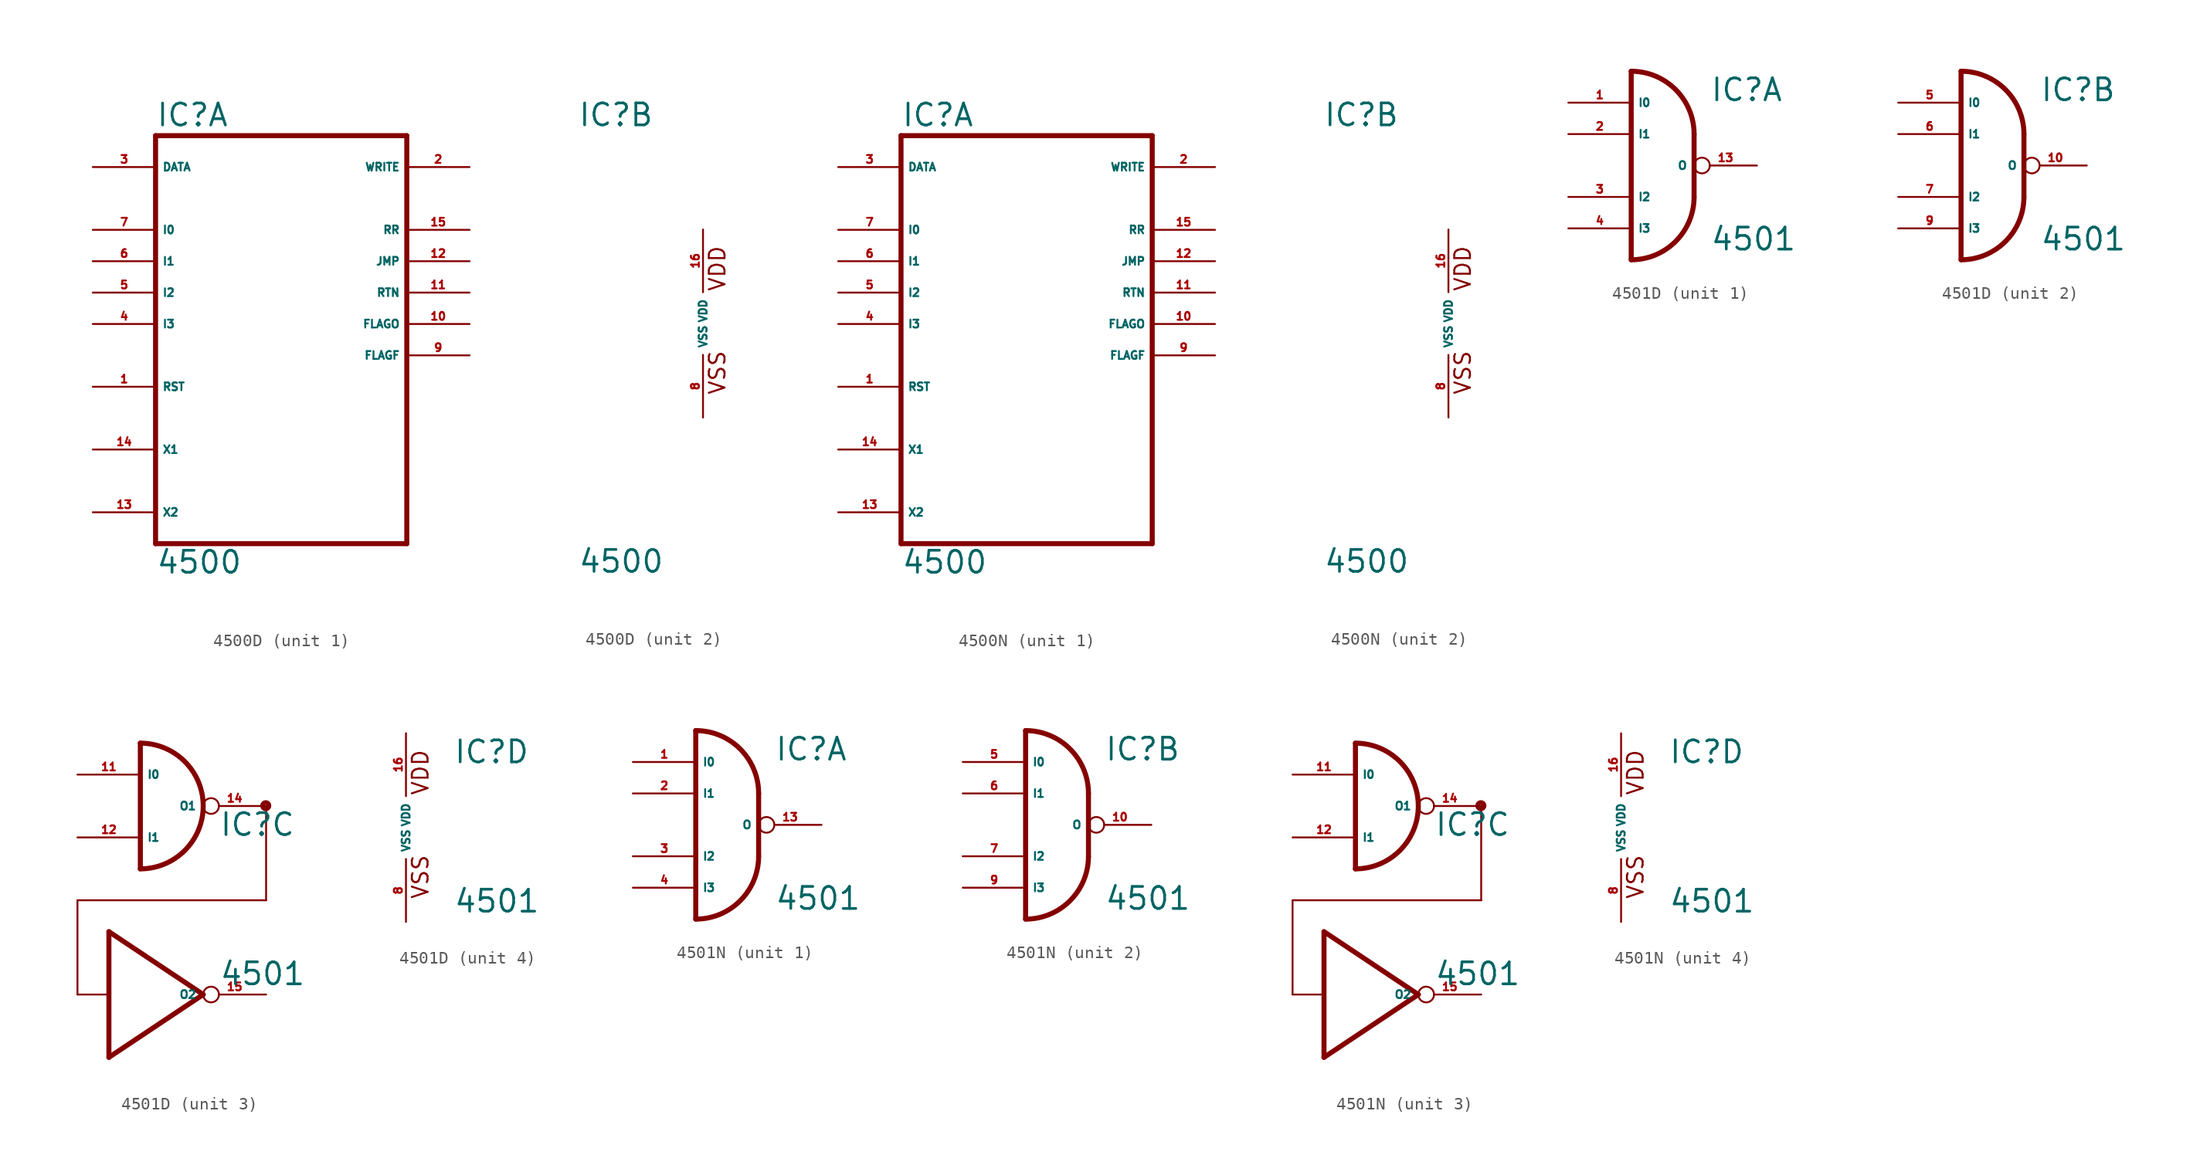
<source format=kicad_sym>
(kicad_symbol_lib
  (version 20220914)
  (generator Eagle2Kicad)
  (symbol "4500D"
    (property "Reference" "IC"
      (at -10.16 15.875 0)
      (effects (font (size 1.778 1.778) (thickness 0.22)) (justify left bottom)))
    (property "Value" "4500"
      (at -10.16 -20.32 0)
      (effects (font (size 1.778 1.778) (thickness 0.22)) (justify left bottom)))
    (symbol "4500D_1_0"
      (polyline (pts (xy -10.16 -17.78) (xy 10.16 -17.78)) (stroke (width 0.406) (type default)) (fill (type none)))
      (polyline (pts (xy 10.16 -17.78) (xy 10.16 15.24)) (stroke (width 0.406) (type default)) (fill (type none)))
      (polyline (pts (xy 10.16 15.24) (xy -10.16 15.24)) (stroke (width 0.406) (type default)) (fill (type none)))
      (polyline (pts (xy -10.16 15.24) (xy -10.16 -17.78)) (stroke (width 0.406) (type default)) (fill (type none)))
      (pin output line (at -15.24 -10.16 0) (length 5.08) (name "X1" (effects (font (size 0.635 0.635) (thickness 0.08)) (justify left bottom))) (number "14" (effects (font (size 0.635 0.635) (thickness 0.08)) (justify left bottom))))
      (pin bidirectional line (at -15.24 12.7 0) (length 5.08) (name "DATA" (effects (font (size 0.635 0.635) (thickness 0.08)) (justify left bottom))) (number "3" (effects (font (size 0.635 0.635) (thickness 0.08)) (justify left bottom))))
      (pin output line (at 15.24 12.7 180) (length 5.08) (name "WRITE" (effects (font (size 0.635 0.635) (thickness 0.08)) (justify left bottom))) (number "2" (effects (font (size 0.635 0.635) (thickness 0.08)) (justify left bottom))))
      (pin input line (at -15.24 -15.24 0) (length 5.08) (name "X2" (effects (font (size 0.635 0.635) (thickness 0.08)) (justify left bottom))) (number "13" (effects (font (size 0.635 0.635) (thickness 0.08)) (justify left bottom))))
      (pin input line (at -15.24 -5.08 0) (length 5.08) (name "RST" (effects (font (size 0.635 0.635) (thickness 0.08)) (justify left bottom))) (number "1" (effects (font (size 0.635 0.635) (thickness 0.08)) (justify left bottom))))
      (pin input line (at -15.24 7.62 0) (length 5.08) (name "I0" (effects (font (size 0.635 0.635) (thickness 0.08)) (justify left bottom))) (number "7" (effects (font (size 0.635 0.635) (thickness 0.08)) (justify left bottom))))
      (pin output line (at 15.24 7.62 180) (length 5.08) (name "RR" (effects (font (size 0.635 0.635) (thickness 0.08)) (justify left bottom))) (number "15" (effects (font (size 0.635 0.635) (thickness 0.08)) (justify left bottom))))
      (pin input line (at -15.24 5.08 0) (length 5.08) (name "I1" (effects (font (size 0.635 0.635) (thickness 0.08)) (justify left bottom))) (number "6" (effects (font (size 0.635 0.635) (thickness 0.08)) (justify left bottom))))
      (pin input line (at -15.24 2.54 0) (length 5.08) (name "I2" (effects (font (size 0.635 0.635) (thickness 0.08)) (justify left bottom))) (number "5" (effects (font (size 0.635 0.635) (thickness 0.08)) (justify left bottom))))
      (pin input line (at -15.24 0 0) (length 5.08) (name "I3" (effects (font (size 0.635 0.635) (thickness 0.08)) (justify left bottom))) (number "4" (effects (font (size 0.635 0.635) (thickness 0.08)) (justify left bottom))))
      (pin output line (at 15.24 5.08 180) (length 5.08) (name "JMP" (effects (font (size 0.635 0.635) (thickness 0.08)) (justify left bottom))) (number "12" (effects (font (size 0.635 0.635) (thickness 0.08)) (justify left bottom))))
      (pin output line (at 15.24 2.54 180) (length 5.08) (name "RTN" (effects (font (size 0.635 0.635) (thickness 0.08)) (justify left bottom))) (number "11" (effects (font (size 0.635 0.635) (thickness 0.08)) (justify left bottom))))
      (pin output line (at 15.24 0 180) (length 5.08) (name "FLAGO" (effects (font (size 0.635 0.635) (thickness 0.08)) (justify left bottom))) (number "10" (effects (font (size 0.635 0.635) (thickness 0.08)) (justify left bottom))))
      (pin output line (at 15.24 -2.54 180) (length 5.08) (name "FLAGF" (effects (font (size 0.635 0.635) (thickness 0.08)) (justify left bottom))) (number "9" (effects (font (size 0.635 0.635) (thickness 0.08)) (justify left bottom)))))
    (symbol "4500D_2_0"
      (text "VDD" (at 1.905 2.54 900) (effects (font (size 1.27 1.27) (thickness 0.16)) (justify left bottom)))
      (text "VSS" (at 1.905 -5.842 900) (effects (font (size 1.27 1.27) (thickness 0.16)) (justify left bottom)))
      (pin unspecified line (at 0 -7.62 90) (length 5.08) (name "VSS" (effects (font (size 0.635 0.635) (thickness 0.08)) (justify left bottom))) (number "8" (effects (font (size 0.635 0.635) (thickness 0.08)) (justify left bottom))))
      (pin unspecified line (at 0 7.62 270) (length 5.08) (name "VDD" (effects (font (size 0.635 0.635) (thickness 0.08)) (justify left bottom))) (number "16" (effects (font (size 0.635 0.635) (thickness 0.08)) (justify left bottom))))))
  (symbol "4500N"
    (property "Reference" "IC"
      (at -10.16 15.875 0)
      (effects (font (size 1.778 1.778) (thickness 0.22)) (justify left bottom)))
    (property "Value" "4500"
      (at -10.16 -20.32 0)
      (effects (font (size 1.778 1.778) (thickness 0.22)) (justify left bottom)))
    (symbol "4500N_1_0"
      (polyline (pts (xy -10.16 -17.78) (xy 10.16 -17.78)) (stroke (width 0.406) (type default)) (fill (type none)))
      (polyline (pts (xy 10.16 -17.78) (xy 10.16 15.24)) (stroke (width 0.406) (type default)) (fill (type none)))
      (polyline (pts (xy 10.16 15.24) (xy -10.16 15.24)) (stroke (width 0.406) (type default)) (fill (type none)))
      (polyline (pts (xy -10.16 15.24) (xy -10.16 -17.78)) (stroke (width 0.406) (type default)) (fill (type none)))
      (pin output line (at -15.24 -10.16 0) (length 5.08) (name "X1" (effects (font (size 0.635 0.635) (thickness 0.08)) (justify left bottom))) (number "14" (effects (font (size 0.635 0.635) (thickness 0.08)) (justify left bottom))))
      (pin bidirectional line (at -15.24 12.7 0) (length 5.08) (name "DATA" (effects (font (size 0.635 0.635) (thickness 0.08)) (justify left bottom))) (number "3" (effects (font (size 0.635 0.635) (thickness 0.08)) (justify left bottom))))
      (pin output line (at 15.24 12.7 180) (length 5.08) (name "WRITE" (effects (font (size 0.635 0.635) (thickness 0.08)) (justify left bottom))) (number "2" (effects (font (size 0.635 0.635) (thickness 0.08)) (justify left bottom))))
      (pin input line (at -15.24 -15.24 0) (length 5.08) (name "X2" (effects (font (size 0.635 0.635) (thickness 0.08)) (justify left bottom))) (number "13" (effects (font (size 0.635 0.635) (thickness 0.08)) (justify left bottom))))
      (pin input line (at -15.24 -5.08 0) (length 5.08) (name "RST" (effects (font (size 0.635 0.635) (thickness 0.08)) (justify left bottom))) (number "1" (effects (font (size 0.635 0.635) (thickness 0.08)) (justify left bottom))))
      (pin input line (at -15.24 7.62 0) (length 5.08) (name "I0" (effects (font (size 0.635 0.635) (thickness 0.08)) (justify left bottom))) (number "7" (effects (font (size 0.635 0.635) (thickness 0.08)) (justify left bottom))))
      (pin output line (at 15.24 7.62 180) (length 5.08) (name "RR" (effects (font (size 0.635 0.635) (thickness 0.08)) (justify left bottom))) (number "15" (effects (font (size 0.635 0.635) (thickness 0.08)) (justify left bottom))))
      (pin input line (at -15.24 5.08 0) (length 5.08) (name "I1" (effects (font (size 0.635 0.635) (thickness 0.08)) (justify left bottom))) (number "6" (effects (font (size 0.635 0.635) (thickness 0.08)) (justify left bottom))))
      (pin input line (at -15.24 2.54 0) (length 5.08) (name "I2" (effects (font (size 0.635 0.635) (thickness 0.08)) (justify left bottom))) (number "5" (effects (font (size 0.635 0.635) (thickness 0.08)) (justify left bottom))))
      (pin input line (at -15.24 0 0) (length 5.08) (name "I3" (effects (font (size 0.635 0.635) (thickness 0.08)) (justify left bottom))) (number "4" (effects (font (size 0.635 0.635) (thickness 0.08)) (justify left bottom))))
      (pin output line (at 15.24 5.08 180) (length 5.08) (name "JMP" (effects (font (size 0.635 0.635) (thickness 0.08)) (justify left bottom))) (number "12" (effects (font (size 0.635 0.635) (thickness 0.08)) (justify left bottom))))
      (pin output line (at 15.24 2.54 180) (length 5.08) (name "RTN" (effects (font (size 0.635 0.635) (thickness 0.08)) (justify left bottom))) (number "11" (effects (font (size 0.635 0.635) (thickness 0.08)) (justify left bottom))))
      (pin output line (at 15.24 0 180) (length 5.08) (name "FLAGO" (effects (font (size 0.635 0.635) (thickness 0.08)) (justify left bottom))) (number "10" (effects (font (size 0.635 0.635) (thickness 0.08)) (justify left bottom))))
      (pin output line (at 15.24 -2.54 180) (length 5.08) (name "FLAGF" (effects (font (size 0.635 0.635) (thickness 0.08)) (justify left bottom))) (number "9" (effects (font (size 0.635 0.635) (thickness 0.08)) (justify left bottom)))))
    (symbol "4500N_2_0"
      (text "VDD" (at 1.905 2.54 900) (effects (font (size 1.27 1.27) (thickness 0.16)) (justify left bottom)))
      (text "VSS" (at 1.905 -5.842 900) (effects (font (size 1.27 1.27) (thickness 0.16)) (justify left bottom)))
      (pin unspecified line (at 0 -7.62 90) (length 5.08) (name "VSS" (effects (font (size 0.635 0.635) (thickness 0.08)) (justify left bottom))) (number "8" (effects (font (size 0.635 0.635) (thickness 0.08)) (justify left bottom))))
      (pin unspecified line (at 0 7.62 270) (length 5.08) (name "VDD" (effects (font (size 0.635 0.635) (thickness 0.08)) (justify left bottom))) (number "16" (effects (font (size 0.635 0.635) (thickness 0.08)) (justify left bottom))))))
  (symbol "4501D"
    (property "Reference" "IC"
      (at 3.81 5.08 0)
      (effects (font (size 1.778 1.778) (thickness 0.22)) (justify left bottom)))
    (property "Value" "4501"
      (at 3.81 -6.985 0)
      (effects (font (size 1.778 1.778) (thickness 0.22)) (justify left bottom)))
    (symbol "4501D_1_0"
      (arc (start 2.54 2.54) (mid 1.052 6.132) (end -2.54 7.62) (stroke (width 0.4064) (type default)) (fill (type none)))
      (arc (start -2.54 -7.62) (mid 1.052 -6.132) (end 2.54 -2.54) (stroke (width 0.4064) (type default)) (fill (type none)))
      (polyline (pts (xy 2.54 2.54) (xy 2.54 -2.54)) (stroke (width 0.406) (type default)) (fill (type none)))
      (polyline (pts (xy -2.54 7.62) (xy -2.54 -7.62)) (stroke (width 0.406) (type default)) (fill (type none)))
      (pin output inverted (at 7.62 0 180) (length 5.08) (name "O" (effects (font (size 0.635 0.635) (thickness 0.08)) (justify left bottom))) (number "13" (effects (font (size 0.635 0.635) (thickness 0.08)) (justify left bottom))))
      (pin input line (at -7.62 5.08 0) (length 5.08) (name "I0" (effects (font (size 0.635 0.635) (thickness 0.08)) (justify left bottom))) (number "1" (effects (font (size 0.635 0.635) (thickness 0.08)) (justify left bottom))))
      (pin input line (at -7.62 2.54 0) (length 5.08) (name "I1" (effects (font (size 0.635 0.635) (thickness 0.08)) (justify left bottom))) (number "2" (effects (font (size 0.635 0.635) (thickness 0.08)) (justify left bottom))))
      (pin input line (at -7.62 -2.54 0) (length 5.08) (name "I2" (effects (font (size 0.635 0.635) (thickness 0.08)) (justify left bottom))) (number "3" (effects (font (size 0.635 0.635) (thickness 0.08)) (justify left bottom))))
      (pin input line (at -7.62 -5.08 0) (length 5.08) (name "I3" (effects (font (size 0.635 0.635) (thickness 0.08)) (justify left bottom))) (number "4" (effects (font (size 0.635 0.635) (thickness 0.08)) (justify left bottom)))))
    (symbol "4501D_2_0"
      (arc (start 2.54 2.54) (mid 1.052 6.132) (end -2.54 7.62) (stroke (width 0.4064) (type default)) (fill (type none)))
      (arc (start -2.54 -7.62) (mid 1.052 -6.132) (end 2.54 -2.54) (stroke (width 0.4064) (type default)) (fill (type none)))
      (polyline (pts (xy 2.54 2.54) (xy 2.54 -2.54)) (stroke (width 0.406) (type default)) (fill (type none)))
      (polyline (pts (xy -2.54 7.62) (xy -2.54 -7.62)) (stroke (width 0.406) (type default)) (fill (type none)))
      (pin output inverted (at 7.62 0 180) (length 5.08) (name "O" (effects (font (size 0.635 0.635) (thickness 0.08)) (justify left bottom))) (number "10" (effects (font (size 0.635 0.635) (thickness 0.08)) (justify left bottom))))
      (pin input line (at -7.62 5.08 0) (length 5.08) (name "I0" (effects (font (size 0.635 0.635) (thickness 0.08)) (justify left bottom))) (number "5" (effects (font (size 0.635 0.635) (thickness 0.08)) (justify left bottom))))
      (pin input line (at -7.62 2.54 0) (length 5.08) (name "I1" (effects (font (size 0.635 0.635) (thickness 0.08)) (justify left bottom))) (number "6" (effects (font (size 0.635 0.635) (thickness 0.08)) (justify left bottom))))
      (pin input line (at -7.62 -2.54 0) (length 5.08) (name "I2" (effects (font (size 0.635 0.635) (thickness 0.08)) (justify left bottom))) (number "7" (effects (font (size 0.635 0.635) (thickness 0.08)) (justify left bottom))))
      (pin input line (at -7.62 -5.08 0) (length 5.08) (name "I3" (effects (font (size 0.635 0.635) (thickness 0.08)) (justify left bottom))) (number "9" (effects (font (size 0.635 0.635) (thickness 0.08)) (justify left bottom)))))
    (symbol "4501D_3_0"
      (polyline (pts (xy 2.54 -7.62) (xy -5.08 -2.54)) (stroke (width 0.406) (type default)) (fill (type none)))
      (polyline (pts (xy -5.08 -12.7) (xy 2.54 -7.62)) (stroke (width 0.406) (type default)) (fill (type none)))
      (polyline (pts (xy 7.62 7.62) (xy 7.62 0)) (stroke (width 0.152) (type default)) (fill (type none)))
      (polyline (pts (xy 7.62 0) (xy -7.62 0)) (stroke (width 0.152) (type default)) (fill (type none)))
      (polyline (pts (xy -7.62 0) (xy -7.62 -7.62)) (stroke (width 0.152) (type default)) (fill (type none)))
      (polyline (pts (xy -7.62 -7.62) (xy -5.08 -7.62)) (stroke (width 0.152) (type default)) (fill (type none)))
      (polyline (pts (xy -5.08 -2.54) (xy -5.08 -12.7)) (stroke (width 0.406) (type default)) (fill (type none)))
      (arc (start -2.54 2.54) (mid 2.540 7.620) (end -2.54 12.7) (stroke (width 0.4064) (type default)) (fill (type none)))
      (polyline (pts (xy -2.54 12.7) (xy -2.54 2.54)) (stroke (width 0.406) (type default)) (fill (type none)))
      (circle (center 7.595 7.645) (radius 0.254) (stroke (width 0.381) (type default)) (fill (type none)))
      (pin output inverted (at 7.62 7.62 180) (length 5.08) (name "O1" (effects (font (size 0.635 0.635) (thickness 0.08)) (justify left bottom))) (number "14" (effects (font (size 0.635 0.635) (thickness 0.08)) (justify left bottom))))
      (pin input line (at -7.62 10.16 0) (length 5.08) (name "I0" (effects (font (size 0.635 0.635) (thickness 0.08)) (justify left bottom))) (number "11" (effects (font (size 0.635 0.635) (thickness 0.08)) (justify left bottom))))
      (pin input line (at -7.62 5.08 0) (length 5.08) (name "I1" (effects (font (size 0.635 0.635) (thickness 0.08)) (justify left bottom))) (number "12" (effects (font (size 0.635 0.635) (thickness 0.08)) (justify left bottom))))
      (pin output inverted (at 7.62 -7.62 180) (length 5.08) (name "O2" (effects (font (size 0.635 0.635) (thickness 0.08)) (justify left bottom))) (number "15" (effects (font (size 0.635 0.635) (thickness 0.08)) (justify left bottom)))))
    (symbol "4501D_4_0"
      (text "VDD" (at 1.905 2.54 900) (effects (font (size 1.27 1.27) (thickness 0.16)) (justify left bottom)))
      (text "VSS" (at 1.905 -5.842 900) (effects (font (size 1.27 1.27) (thickness 0.16)) (justify left bottom)))
      (pin unspecified line (at 0 -7.62 90) (length 5.08) (name "VSS" (effects (font (size 0.635 0.635) (thickness 0.08)) (justify left bottom))) (number "8" (effects (font (size 0.635 0.635) (thickness 0.08)) (justify left bottom))))
      (pin unspecified line (at 0 7.62 270) (length 5.08) (name "VDD" (effects (font (size 0.635 0.635) (thickness 0.08)) (justify left bottom))) (number "16" (effects (font (size 0.635 0.635) (thickness 0.08)) (justify left bottom))))))
  (symbol "4501N"
    (property "Reference" "IC"
      (at 3.81 5.08 0)
      (effects (font (size 1.778 1.778) (thickness 0.22)) (justify left bottom)))
    (property "Value" "4501"
      (at 3.81 -6.985 0)
      (effects (font (size 1.778 1.778) (thickness 0.22)) (justify left bottom)))
    (symbol "4501N_1_0"
      (arc (start 2.54 2.54) (mid 1.052 6.132) (end -2.54 7.62) (stroke (width 0.4064) (type default)) (fill (type none)))
      (arc (start -2.54 -7.62) (mid 1.052 -6.132) (end 2.54 -2.54) (stroke (width 0.4064) (type default)) (fill (type none)))
      (polyline (pts (xy 2.54 2.54) (xy 2.54 -2.54)) (stroke (width 0.406) (type default)) (fill (type none)))
      (polyline (pts (xy -2.54 7.62) (xy -2.54 -7.62)) (stroke (width 0.406) (type default)) (fill (type none)))
      (pin output inverted (at 7.62 0 180) (length 5.08) (name "O" (effects (font (size 0.635 0.635) (thickness 0.08)) (justify left bottom))) (number "13" (effects (font (size 0.635 0.635) (thickness 0.08)) (justify left bottom))))
      (pin input line (at -7.62 5.08 0) (length 5.08) (name "I0" (effects (font (size 0.635 0.635) (thickness 0.08)) (justify left bottom))) (number "1" (effects (font (size 0.635 0.635) (thickness 0.08)) (justify left bottom))))
      (pin input line (at -7.62 2.54 0) (length 5.08) (name "I1" (effects (font (size 0.635 0.635) (thickness 0.08)) (justify left bottom))) (number "2" (effects (font (size 0.635 0.635) (thickness 0.08)) (justify left bottom))))
      (pin input line (at -7.62 -2.54 0) (length 5.08) (name "I2" (effects (font (size 0.635 0.635) (thickness 0.08)) (justify left bottom))) (number "3" (effects (font (size 0.635 0.635) (thickness 0.08)) (justify left bottom))))
      (pin input line (at -7.62 -5.08 0) (length 5.08) (name "I3" (effects (font (size 0.635 0.635) (thickness 0.08)) (justify left bottom))) (number "4" (effects (font (size 0.635 0.635) (thickness 0.08)) (justify left bottom)))))
    (symbol "4501N_2_0"
      (arc (start 2.54 2.54) (mid 1.052 6.132) (end -2.54 7.62) (stroke (width 0.4064) (type default)) (fill (type none)))
      (arc (start -2.54 -7.62) (mid 1.052 -6.132) (end 2.54 -2.54) (stroke (width 0.4064) (type default)) (fill (type none)))
      (polyline (pts (xy 2.54 2.54) (xy 2.54 -2.54)) (stroke (width 0.406) (type default)) (fill (type none)))
      (polyline (pts (xy -2.54 7.62) (xy -2.54 -7.62)) (stroke (width 0.406) (type default)) (fill (type none)))
      (pin output inverted (at 7.62 0 180) (length 5.08) (name "O" (effects (font (size 0.635 0.635) (thickness 0.08)) (justify left bottom))) (number "10" (effects (font (size 0.635 0.635) (thickness 0.08)) (justify left bottom))))
      (pin input line (at -7.62 5.08 0) (length 5.08) (name "I0" (effects (font (size 0.635 0.635) (thickness 0.08)) (justify left bottom))) (number "5" (effects (font (size 0.635 0.635) (thickness 0.08)) (justify left bottom))))
      (pin input line (at -7.62 2.54 0) (length 5.08) (name "I1" (effects (font (size 0.635 0.635) (thickness 0.08)) (justify left bottom))) (number "6" (effects (font (size 0.635 0.635) (thickness 0.08)) (justify left bottom))))
      (pin input line (at -7.62 -2.54 0) (length 5.08) (name "I2" (effects (font (size 0.635 0.635) (thickness 0.08)) (justify left bottom))) (number "7" (effects (font (size 0.635 0.635) (thickness 0.08)) (justify left bottom))))
      (pin input line (at -7.62 -5.08 0) (length 5.08) (name "I3" (effects (font (size 0.635 0.635) (thickness 0.08)) (justify left bottom))) (number "9" (effects (font (size 0.635 0.635) (thickness 0.08)) (justify left bottom)))))
    (symbol "4501N_3_0"
      (polyline (pts (xy 2.54 -7.62) (xy -5.08 -2.54)) (stroke (width 0.406) (type default)) (fill (type none)))
      (polyline (pts (xy -5.08 -12.7) (xy 2.54 -7.62)) (stroke (width 0.406) (type default)) (fill (type none)))
      (polyline (pts (xy 7.62 7.62) (xy 7.62 0)) (stroke (width 0.152) (type default)) (fill (type none)))
      (polyline (pts (xy 7.62 0) (xy -7.62 0)) (stroke (width 0.152) (type default)) (fill (type none)))
      (polyline (pts (xy -7.62 0) (xy -7.62 -7.62)) (stroke (width 0.152) (type default)) (fill (type none)))
      (polyline (pts (xy -7.62 -7.62) (xy -5.08 -7.62)) (stroke (width 0.152) (type default)) (fill (type none)))
      (polyline (pts (xy -5.08 -2.54) (xy -5.08 -12.7)) (stroke (width 0.406) (type default)) (fill (type none)))
      (arc (start -2.54 2.54) (mid 2.540 7.620) (end -2.54 12.7) (stroke (width 0.4064) (type default)) (fill (type none)))
      (polyline (pts (xy -2.54 12.7) (xy -2.54 2.54)) (stroke (width 0.406) (type default)) (fill (type none)))
      (circle (center 7.595 7.645) (radius 0.254) (stroke (width 0.381) (type default)) (fill (type none)))
      (pin output inverted (at 7.62 7.62 180) (length 5.08) (name "O1" (effects (font (size 0.635 0.635) (thickness 0.08)) (justify left bottom))) (number "14" (effects (font (size 0.635 0.635) (thickness 0.08)) (justify left bottom))))
      (pin input line (at -7.62 10.16 0) (length 5.08) (name "I0" (effects (font (size 0.635 0.635) (thickness 0.08)) (justify left bottom))) (number "11" (effects (font (size 0.635 0.635) (thickness 0.08)) (justify left bottom))))
      (pin input line (at -7.62 5.08 0) (length 5.08) (name "I1" (effects (font (size 0.635 0.635) (thickness 0.08)) (justify left bottom))) (number "12" (effects (font (size 0.635 0.635) (thickness 0.08)) (justify left bottom))))
      (pin output inverted (at 7.62 -7.62 180) (length 5.08) (name "O2" (effects (font (size 0.635 0.635) (thickness 0.08)) (justify left bottom))) (number "15" (effects (font (size 0.635 0.635) (thickness 0.08)) (justify left bottom)))))
    (symbol "4501N_4_0"
      (text "VDD" (at 1.905 2.54 900) (effects (font (size 1.27 1.27) (thickness 0.16)) (justify left bottom)))
      (text "VSS" (at 1.905 -5.842 900) (effects (font (size 1.27 1.27) (thickness 0.16)) (justify left bottom)))
      (pin unspecified line (at 0 -7.62 90) (length 5.08) (name "VSS" (effects (font (size 0.635 0.635) (thickness 0.08)) (justify left bottom))) (number "8" (effects (font (size 0.635 0.635) (thickness 0.08)) (justify left bottom))))
      (pin unspecified line (at 0 7.62 270) (length 5.08) (name "VDD" (effects (font (size 0.635 0.635) (thickness 0.08)) (justify left bottom))) (number "16" (effects (font (size 0.635 0.635) (thickness 0.08)) (justify left bottom)))))))
</source>
